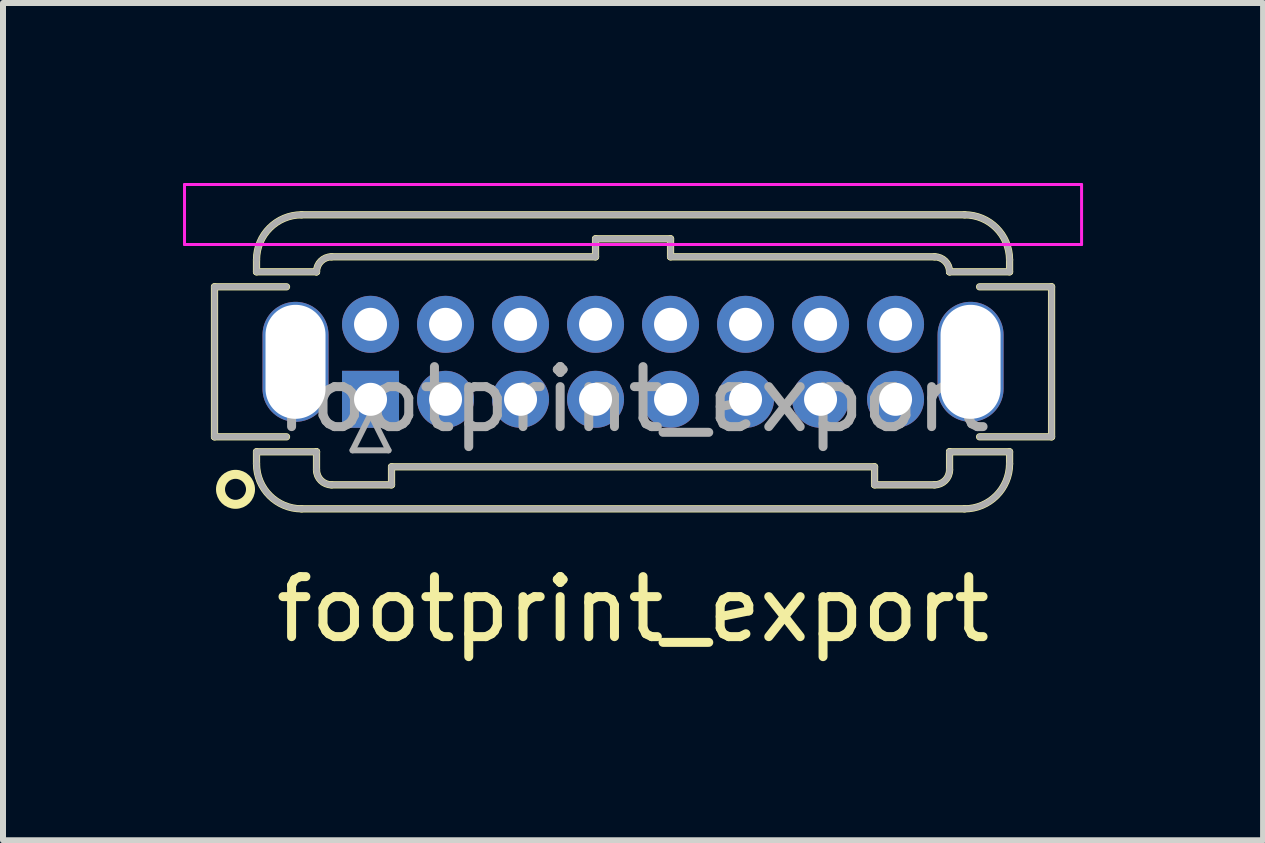
<source format=kicad_pcb>
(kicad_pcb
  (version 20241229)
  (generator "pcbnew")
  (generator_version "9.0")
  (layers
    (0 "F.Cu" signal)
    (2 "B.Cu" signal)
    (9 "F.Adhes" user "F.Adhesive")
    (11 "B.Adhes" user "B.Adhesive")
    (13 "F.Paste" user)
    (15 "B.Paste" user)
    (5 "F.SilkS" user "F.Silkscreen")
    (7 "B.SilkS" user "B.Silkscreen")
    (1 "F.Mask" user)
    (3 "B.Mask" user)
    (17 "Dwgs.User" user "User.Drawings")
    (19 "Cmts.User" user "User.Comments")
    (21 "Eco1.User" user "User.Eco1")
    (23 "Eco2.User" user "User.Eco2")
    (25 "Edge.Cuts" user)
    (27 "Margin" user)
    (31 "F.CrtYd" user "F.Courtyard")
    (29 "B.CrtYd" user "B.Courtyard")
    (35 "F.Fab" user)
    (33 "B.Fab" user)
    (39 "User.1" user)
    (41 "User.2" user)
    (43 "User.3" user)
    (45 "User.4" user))
  (footprint "footprint_export"
    (layer "F.Cu")
    (at 3.125 3.605)
    (property "Reference" "footprint_export" (at 4.375 3.5 0) (layer "F.SilkS") (effects (font (size 1 1) (thickness 0.15))))
    (attr through_hole)
    (fp_line (start -2.6 -1.875) (end -2.6 0.625) (stroke (width 0.12) (type solid)) (layer "F.SilkS"))
    (fp_line (start -2.6 0.625) (end -1.4 0.625) (stroke (width 0.12) (type solid)) (layer "F.SilkS"))
    (fp_line (start -1.9 -2.325) (end -1.9 -2.125) (stroke (width 0.12) (type solid)) (layer "F.SilkS"))
    (fp_line (start -1.9 -2.125) (end -0.9 -2.125) (stroke (width 0.12) (type solid)) (layer "F.SilkS"))
    (fp_line (start -1.9 0.875) (end -0.9 0.875) (stroke (width 0.12) (type solid)) (layer "F.SilkS"))
    (fp_line (start -1.9 1.075) (end -1.9 0.875) (stroke (width 0.12) (type solid)) (layer "F.SilkS"))
    (fp_line (start -1.4 -1.875) (end -2.6 -1.875) (stroke (width 0.12) (type solid)) (layer "F.SilkS"))
    (fp_line (start -1.15 -3.075) (end 9.9 -3.075) (stroke (width 0.12) (type solid)) (layer "F.SilkS"))
    (fp_line (start -1.15 1.825) (end 9.9 1.825) (stroke (width 0.12) (type solid)) (layer "F.SilkS"))
    (fp_line (start -0.9 -2.125) (end -0.9 -2.125) (stroke (width 0.12) (type solid)) (layer "F.SilkS"))
    (fp_line (start -0.9 0.875) (end -0.9 0.875) (stroke (width 0.12) (type solid)) (layer "F.SilkS"))
    (fp_line (start -0.9 1.175) (end -0.9 0.875) (stroke (width 0.12) (type solid)) (layer "F.SilkS"))
    (fp_line (start -0.65 -2.375) (end 3.75 -2.375) (stroke (width 0.12) (type solid)) (layer "F.SilkS"))
    (fp_line (start -0.65 1.425) (end 0.35 1.425) (stroke (width 0.12) (type solid)) (layer "F.SilkS"))
    (fp_line (start 0.35 1.125) (end 8.4 1.125) (stroke (width 0.12) (type solid)) (layer "F.SilkS"))
    (fp_line (start 0.35 1.425) (end 0.35 1.125) (stroke (width 0.12) (type solid)) (layer "F.SilkS"))
    (fp_line (start 3.75 -2.675) (end 5 -2.675) (stroke (width 0.12) (type solid)) (layer "F.SilkS"))
    (fp_line (start 3.75 -2.375) (end 3.75 -2.675) (stroke (width 0.12) (type solid)) (layer "F.SilkS"))
    (fp_line (start 5 -2.675) (end 5 -2.375) (stroke (width 0.12) (type solid)) (layer "F.SilkS"))
    (fp_line (start 5 -2.375) (end 9.4 -2.375) (stroke (width 0.12) (type solid)) (layer "F.SilkS"))
    (fp_line (start 8.4 1.125) (end 8.4 1.425) (stroke (width 0.12) (type solid)) (layer "F.SilkS"))
    (fp_line (start 8.4 1.425) (end 9.4 1.425) (stroke (width 0.12) (type solid)) (layer "F.SilkS"))
    (fp_line (start 9.65 -2.125) (end 9.65 -2.125) (stroke (width 0.12) (type solid)) (layer "F.SilkS"))
    (fp_line (start 9.65 0.875) (end 9.65 0.875) (stroke (width 0.12) (type solid)) (layer "F.SilkS"))
    (fp_line (start 9.65 1.175) (end 9.65 0.875) (stroke (width 0.12) (type solid)) (layer "F.SilkS"))
    (fp_line (start 10.15 -1.875) (end 11.35 -1.875) (stroke (width 0.12) (type solid)) (layer "F.SilkS"))
    (fp_line (start 10.65 -2.325) (end 10.65 -2.125) (stroke (width 0.12) (type solid)) (layer "F.SilkS"))
    (fp_line (start 10.65 -2.125) (end 9.65 -2.125) (stroke (width 0.12) (type solid)) (layer "F.SilkS"))
    (fp_line (start 10.65 0.875) (end 9.65 0.875) (stroke (width 0.12) (type solid)) (layer "F.SilkS"))
    (fp_line (start 10.65 1.075) (end 10.65 0.875) (stroke (width 0.12) (type solid)) (layer "F.SilkS"))
    (fp_line (start 11.35 -1.875) (end 11.35 0.625) (stroke (width 0.12) (type solid)) (layer "F.SilkS"))
    (fp_line (start 11.35 0.625) (end 10.15 0.625) (stroke (width 0.12) (type solid)) (layer "F.SilkS"))
    (fp_arc (start -1.9 -2.325) (mid -1.68033 -2.85533) (end -1.15 -3.075) (stroke (width 0.12) (type solid)) (layer "F.SilkS"))
    (fp_arc (start -1.15 1.825) (mid -1.68033 1.60533) (end -1.9 1.075) (stroke (width 0.12) (type solid)) (layer "F.SilkS"))
    (fp_arc (start -0.9 -2.125) (mid -0.826777 -2.301777) (end -0.65 -2.375) (stroke (width 0.12) (type solid)) (layer "F.SilkS"))
    (fp_arc (start -0.65 1.425) (mid -0.826777 1.351777) (end -0.9 1.175) (stroke (width 0.12) (type solid)) (layer "F.SilkS"))
    (fp_arc (start 9.4 -2.375) (mid 9.576777 -2.301777) (end 9.65 -2.125) (stroke (width 0.12) (type solid)) (layer "F.SilkS"))
    (fp_arc (start 9.65 1.175) (mid 9.576777 1.351777) (end 9.4 1.425) (stroke (width 0.12) (type solid)) (layer "F.SilkS"))
    (fp_arc (start 9.9 -3.075) (mid 10.43033 -2.85533) (end 10.65 -2.325) (stroke (width 0.12) (type solid)) (layer "F.SilkS"))
    (fp_arc (start 10.65 1.075) (mid 10.43033 1.60533) (end 9.9 1.825) (stroke (width 0.12) (type solid)) (layer "F.SilkS"))
    (fp_circle (center -2.25 1.5) (end -2 1.5) (stroke (width 0.15) (type solid)) (fill no) (layer "F.SilkS"))
    (fp_line (start -3.1 -3.58) (end -3.1 -2.58) (stroke (width 0.05) (type solid)) (layer "F.CrtYd"))
    (fp_line (start -3.1 -2.58) (end 11.85 -2.58) (stroke (width 0.05) (type solid)) (layer "F.CrtYd"))
    (fp_line (start 11.85 -3.58) (end -3.1 -3.58) (stroke (width 0.05) (type solid)) (layer "F.CrtYd"))
    (fp_line (start 11.85 -2.58) (end 11.85 -3.58) (stroke (width 0.05) (type solid)) (layer "F.CrtYd"))
    (fp_line (start -2.6 -1.875) (end -2.6 0.625) (stroke (width 0.1) (type solid)) (layer "F.Fab"))
    (fp_line (start -2.6 0.625) (end -1.4 0.625) (stroke (width 0.1) (type solid)) (layer "F.Fab"))
    (fp_line (start -1.9 -2.325) (end -1.9 -2.125) (stroke (width 0.1) (type solid)) (layer "F.Fab"))
    (fp_line (start -1.9 -2.125) (end -0.9 -2.125) (stroke (width 0.1) (type solid)) (layer "F.Fab"))
    (fp_line (start -1.9 0.875) (end -0.9 0.875) (stroke (width 0.1) (type solid)) (layer "F.Fab"))
    (fp_line (start -1.9 1.075) (end -1.9 0.875) (stroke (width 0.1) (type solid)) (layer "F.Fab"))
    (fp_line (start -1.4 -1.875) (end -2.6 -1.875) (stroke (width 0.1) (type solid)) (layer "F.Fab"))
    (fp_line (start -1.15 -3.075) (end 9.9 -3.075) (stroke (width 0.1) (type solid)) (layer "F.Fab"))
    (fp_line (start -1.15 1.825) (end 9.9 1.825) (stroke (width 0.1) (type solid)) (layer "F.Fab"))
    (fp_line (start -0.9 -2.125) (end -0.9 -2.125) (stroke (width 0.1) (type solid)) (layer "F.Fab"))
    (fp_line (start -0.9 0.875) (end -0.9 0.875) (stroke (width 0.1) (type solid)) (layer "F.Fab"))
    (fp_line (start -0.9 1.175) (end -0.9 0.875) (stroke (width 0.1) (type solid)) (layer "F.Fab"))
    (fp_line (start -0.65 -2.375) (end 3.75 -2.375) (stroke (width 0.1) (type solid)) (layer "F.Fab"))
    (fp_line (start -0.65 1.425) (end 0.35 1.425) (stroke (width 0.1) (type solid)) (layer "F.Fab"))
    (fp_line (start -0.3 0.85) (end 0.3 0.85) (stroke (width 0.1) (type solid)) (layer "F.Fab"))
    (fp_line (start 0 0.25) (end -0.3 0.85) (stroke (width 0.1) (type solid)) (layer "F.Fab"))
    (fp_line (start 0.3 0.85) (end 0 0.25) (stroke (width 0.1) (type solid)) (layer "F.Fab"))
    (fp_line (start 0.35 1.125) (end 8.4 1.125) (stroke (width 0.1) (type solid)) (layer "F.Fab"))
    (fp_line (start 0.35 1.425) (end 0.35 1.125) (stroke (width 0.1) (type solid)) (layer "F.Fab"))
    (fp_line (start 3.75 -2.675) (end 5 -2.675) (stroke (width 0.1) (type solid)) (layer "F.Fab"))
    (fp_line (start 3.75 -2.375) (end 3.75 -2.675) (stroke (width 0.1) (type solid)) (layer "F.Fab"))
    (fp_line (start 5 -2.675) (end 5 -2.375) (stroke (width 0.1) (type solid)) (layer "F.Fab"))
    (fp_line (start 5 -2.375) (end 9.4 -2.375) (stroke (width 0.1) (type solid)) (layer "F.Fab"))
    (fp_line (start 8.4 1.125) (end 8.4 1.425) (stroke (width 0.1) (type solid)) (layer "F.Fab"))
    (fp_line (start 8.4 1.425) (end 9.4 1.425) (stroke (width 0.1) (type solid)) (layer "F.Fab"))
    (fp_line (start 9.65 -2.125) (end 9.65 -2.125) (stroke (width 0.1) (type solid)) (layer "F.Fab"))
    (fp_line (start 9.65 0.875) (end 9.65 0.875) (stroke (width 0.1) (type solid)) (layer "F.Fab"))
    (fp_line (start 9.65 1.175) (end 9.65 0.875) (stroke (width 0.1) (type solid)) (layer "F.Fab"))
    (fp_line (start 10.15 -1.875) (end 11.35 -1.875) (stroke (width 0.1) (type solid)) (layer "F.Fab"))
    (fp_line (start 10.65 -2.325) (end 10.65 -2.125) (stroke (width 0.1) (type solid)) (layer "F.Fab"))
    (fp_line (start 10.65 -2.125) (end 9.65 -2.125) (stroke (width 0.1) (type solid)) (layer "F.Fab"))
    (fp_line (start 10.65 0.875) (end 9.65 0.875) (stroke (width 0.1) (type solid)) (layer "F.Fab"))
    (fp_line (start 10.65 1.075) (end 10.65 0.875) (stroke (width 0.1) (type solid)) (layer "F.Fab"))
    (fp_line (start 11.35 -1.875) (end 11.35 0.625) (stroke (width 0.1) (type solid)) (layer "F.Fab"))
    (fp_line (start 11.35 0.625) (end 10.15 0.625) (stroke (width 0.1) (type solid)) (layer "F.Fab"))
    (fp_arc (start -1.9 -2.325) (mid -1.68033 -2.85533) (end -1.15 -3.075) (stroke (width 0.1) (type solid)) (layer "F.Fab"))
    (fp_arc (start -1.15 1.825) (mid -1.68033 1.60533) (end -1.9 1.075) (stroke (width 0.1) (type solid)) (layer "F.Fab"))
    (fp_arc (start -0.9 -2.125) (mid -0.826777 -2.301777) (end -0.65 -2.375) (stroke (width 0.1) (type solid)) (layer "F.Fab"))
    (fp_arc (start -0.65 1.425) (mid -0.826777 1.351777) (end -0.9 1.175) (stroke (width 0.1) (type solid)) (layer "F.Fab"))
    (fp_arc (start 9.4 -2.375) (mid 9.576777 -2.301777) (end 9.65 -2.125) (stroke (width 0.1) (type solid)) (layer "F.Fab"))
    (fp_arc (start 9.65 1.175) (mid 9.576777 1.351777) (end 9.4 1.425) (stroke (width 0.1) (type solid)) (layer "F.Fab"))
    (fp_arc (start 9.9 -3.075) (mid 10.43033 -2.85533) (end 10.65 -2.325) (stroke (width 0.1) (type solid)) (layer "F.Fab"))
    (fp_arc (start 10.65 1.075) (mid 10.43033 1.60533) (end 9.9 1.825) (stroke (width 0.1) (type solid)) (layer "F.Fab"))
    (fp_text user "${REFERENCE}" (at 4.375 0 0) (layer "F.Fab") (effects (font (size 1 1) (thickness 0.15))))
    (pad "" np_thru_hole oval (at -1.25 -0.625) (size 1.1 2) (drill oval 1 1.9) (layers "*.Cu" "*.Mask"))
    (pad "" np_thru_hole oval (at 10 -0.625) (size 1.1 2) (drill oval 1 1.9) (layers "*.Cu" "*.Mask"))
    (pad "1" thru_hole rect (at 0 0) (size 0.95 0.95) (drill 0.55) (layers "*.Cu" "*.Mask"))
    (pad "2" thru_hole circle (at 0 -1.25) (size 0.95 0.95) (drill 0.55) (layers "*.Cu" "*.Mask"))
    (pad "3" thru_hole circle (at 1.25 0) (size 0.95 0.95) (drill 0.55) (layers "*.Cu" "*.Mask"))
    (pad "4" thru_hole circle (at 1.25 -1.25) (size 0.95 0.95) (drill 0.55) (layers "*.Cu" "*.Mask"))
    (pad "5" thru_hole circle (at 2.5 0) (size 0.95 0.95) (drill 0.55) (layers "*.Cu" "*.Mask"))
    (pad "6" thru_hole circle (at 2.5 -1.25) (size 0.95 0.95) (drill 0.55) (layers "*.Cu" "*.Mask"))
    (pad "7" thru_hole circle (at 3.75 0) (size 0.95 0.95) (drill 0.55) (layers "*.Cu" "*.Mask"))
    (pad "8" thru_hole circle (at 3.75 -1.25) (size 0.95 0.95) (drill 0.55) (layers "*.Cu" "*.Mask"))
    (pad "9" thru_hole circle (at 5 0) (size 0.95 0.95) (drill 0.55) (layers "*.Cu" "*.Mask"))
    (pad "10" thru_hole circle (at 5 -1.25) (size 0.95 0.95) (drill 0.55) (layers "*.Cu" "*.Mask"))
    (pad "11" thru_hole circle (at 6.25 0) (size 0.95 0.95) (drill 0.55) (layers "*.Cu" "*.Mask"))
    (pad "12" thru_hole circle (at 6.25 -1.25) (size 0.95 0.95) (drill 0.55) (layers "*.Cu" "*.Mask"))
    (pad "13" thru_hole circle (at 7.5 0) (size 0.95 0.95) (drill 0.55) (layers "*.Cu" "*.Mask"))
    (pad "14" thru_hole circle (at 7.5 -1.25) (size 0.95 0.95) (drill 0.55) (layers "*.Cu" "*.Mask"))
    (pad "15" thru_hole circle (at 8.75 0) (size 0.95 0.95) (drill 0.55) (layers "*.Cu" "*.Mask"))
    (pad "16" thru_hole circle (at 8.75 -1.25) (size 0.95 0.95) (drill 0.55) (layers "*.Cu" "*.Mask")))
  (gr_rect
    (start -3 -3)
    (end 18 10.953)
    (stroke (width 0.1) (type default))
    (fill no)
    (layer "Edge.Cuts")))
</source>
